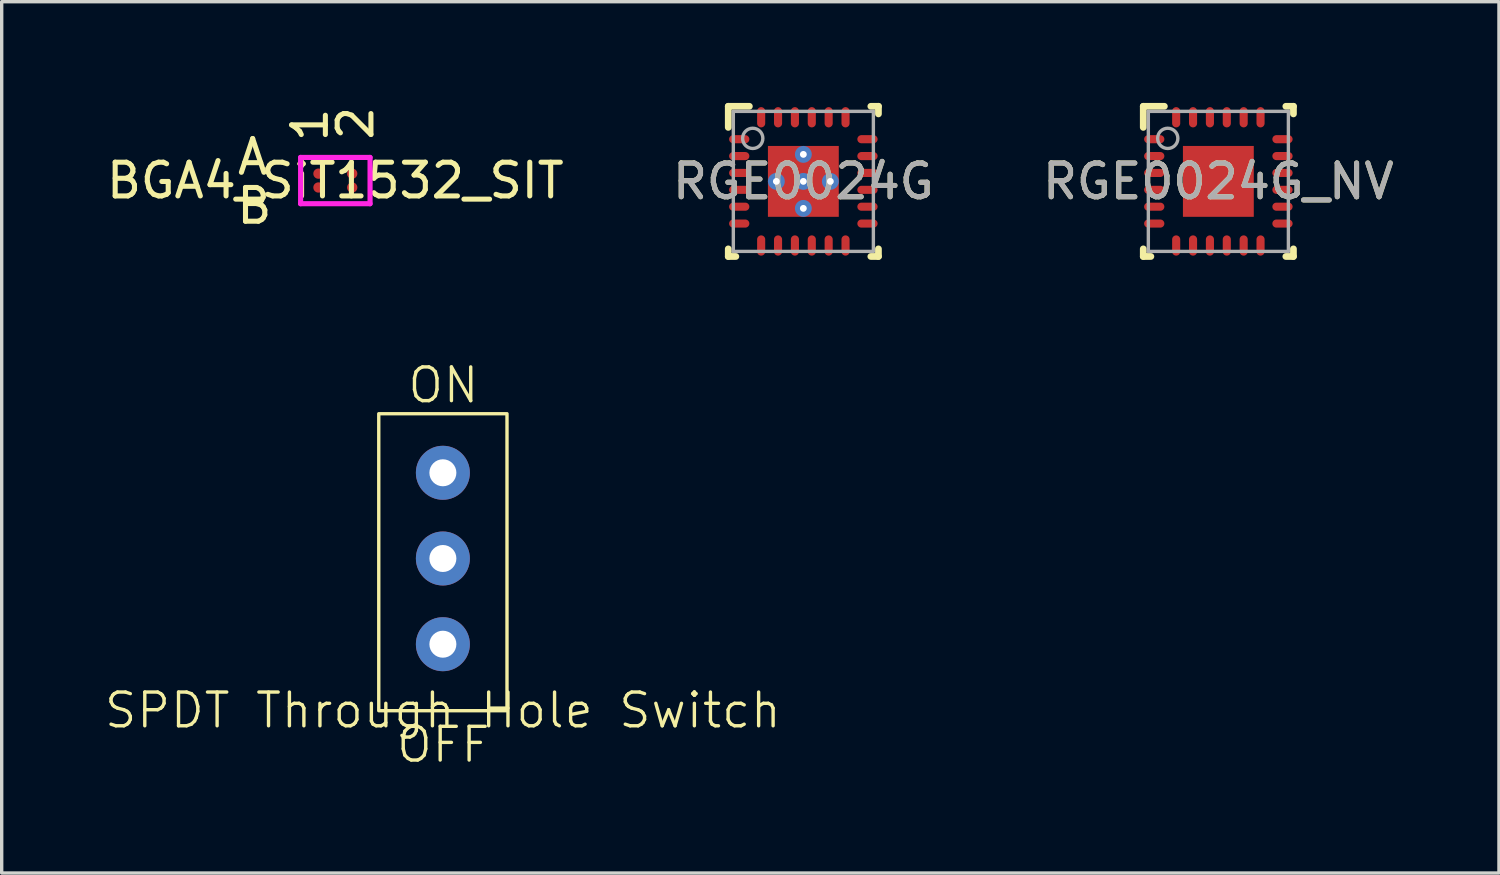
<source format=kicad_pcb>
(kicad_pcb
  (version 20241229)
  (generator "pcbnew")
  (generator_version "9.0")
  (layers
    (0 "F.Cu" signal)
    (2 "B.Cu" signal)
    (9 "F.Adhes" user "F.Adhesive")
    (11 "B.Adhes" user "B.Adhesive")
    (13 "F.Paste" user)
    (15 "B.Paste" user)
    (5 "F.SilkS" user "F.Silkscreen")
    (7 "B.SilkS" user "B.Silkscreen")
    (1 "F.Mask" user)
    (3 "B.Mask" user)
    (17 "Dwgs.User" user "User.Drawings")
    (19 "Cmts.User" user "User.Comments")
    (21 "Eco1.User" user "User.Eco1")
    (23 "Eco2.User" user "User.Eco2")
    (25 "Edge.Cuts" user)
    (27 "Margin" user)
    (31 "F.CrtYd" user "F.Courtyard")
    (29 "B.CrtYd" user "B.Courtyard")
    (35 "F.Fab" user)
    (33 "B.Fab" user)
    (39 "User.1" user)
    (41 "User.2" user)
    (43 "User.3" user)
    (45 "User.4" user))
  (footprint "RGE0024G"
    (layer "F.Cu")
    (at 20.756 2.325)
    (property "Reference" "RGE0024G" (at 0 0 0) (unlocked yes) (layer "F.SilkS") (effects (font (size 1 1) (thickness 0.15))))
    (attr smd)
    (fp_line (start -2.225 -2.225) (end -1.6 -2.225) (stroke (width 0.2) (type solid)) (layer "F.SilkS"))
    (fp_line (start -2.225 -1.6) (end -2.225 -2.225) (stroke (width 0.2) (type solid)) (layer "F.SilkS"))
    (fp_line (start -2.225 2.225) (end -2.225 2) (stroke (width 0.2) (type solid)) (layer "F.SilkS"))
    (fp_line (start -2.225 2.225) (end -2 2.225) (stroke (width 0.2) (type solid)) (layer "F.SilkS"))
    (fp_line (start 2 -2.225) (end 2.225 -2.225) (stroke (width 0.2) (type solid)) (layer "F.SilkS"))
    (fp_line (start 2 2.225) (end 2.225 2.225) (stroke (width 0.2) (type solid)) (layer "F.SilkS"))
    (fp_line (start 2.225 -2) (end 2.225 -2.225) (stroke (width 0.2) (type solid)) (layer "F.SilkS"))
    (fp_line (start 2.225 2.225) (end 2.225 2) (stroke (width 0.2) (type solid)) (layer "F.SilkS"))
    (fp_poly (pts (xy -0.1 -1.039) (xy -1.039 -1.039) (xy -1.039 -0.1) (xy -0.1 -0.1)) (stroke (width 0) (type solid)) (fill yes) (layer "F.Paste"))
    (fp_poly (pts (xy -0.1 0.1) (xy -1.039 0.1) (xy -1.039 1.039) (xy -0.1 1.039)) (stroke (width 0) (type solid)) (fill yes) (layer "F.Paste"))
    (fp_poly (pts (xy 0.1 -0.1) (xy 1.039 -0.1) (xy 1.039 -1.039) (xy 0.1 -1.039)) (stroke (width 0) (type solid)) (fill yes) (layer "F.Paste"))
    (fp_poly (pts (xy 0.1 1.039) (xy 1.039 1.039) (xy 1.039 0.1) (xy 0.1 0.1)) (stroke (width 0) (type solid)) (fill yes) (layer "F.Paste"))
    (fp_line (start -2.075 -2.075) (end 2.075 -2.075) (stroke (width 0.1) (type solid)) (layer "F.Fab"))
    (fp_line (start -2.075 2.075) (end -2.075 -2.075) (stroke (width 0.1) (type solid)) (layer "F.Fab"))
    (fp_line (start -2.075 2.075) (end 2.075 2.075) (stroke (width 0.1) (type solid)) (layer "F.Fab"))
    (fp_line (start 2.075 2.075) (end 2.075 -2.075) (stroke (width 0.1) (type solid)) (layer "F.Fab"))
    (fp_circle (center -1.5 -1.275) (end -1.2 -1.275) (stroke (width 0.1) (type solid)) (fill no) (layer "F.Fab"))
    (fp_text user "${REFERENCE}" (at 0 0 0) (unlocked yes) (layer "F.Fab") (effects (font (size 1 1) (thickness 0.15))))
    (pad "1" smd oval (at -1.9 -1.25 90) (size 0.24 0.6) (layers "F.Cu" "F.Mask" "F.Paste"))
    (pad "2" smd oval (at -1.9 -0.75 90) (size 0.24 0.6) (layers "F.Cu" "F.Mask" "F.Paste"))
    (pad "3" smd oval (at -1.9 -0.25 90) (size 0.24 0.6) (layers "F.Cu" "F.Mask" "F.Paste"))
    (pad "4" smd oval (at -1.9 0.25 90) (size 0.24 0.6) (layers "F.Cu" "F.Mask" "F.Paste"))
    (pad "5" smd oval (at -1.9 0.75 90) (size 0.24 0.6) (layers "F.Cu" "F.Mask" "F.Paste"))
    (pad "6" smd oval (at -1.9 1.25 90) (size 0.24 0.6) (layers "F.Cu" "F.Mask" "F.Paste"))
    (pad "7" smd oval (at -1.25 1.9) (size 0.24 0.6) (layers "F.Cu" "F.Mask" "F.Paste"))
    (pad "8" smd oval (at -0.75 1.9) (size 0.24 0.6) (layers "F.Cu" "F.Mask" "F.Paste"))
    (pad "9" smd oval (at -0.25 1.9) (size 0.24 0.6) (layers "F.Cu" "F.Mask" "F.Paste"))
    (pad "10" smd oval (at 0.25 1.9) (size 0.24 0.6) (layers "F.Cu" "F.Mask" "F.Paste"))
    (pad "11" smd oval (at 0.75 1.9) (size 0.24 0.6) (layers "F.Cu" "F.Mask" "F.Paste"))
    (pad "12" smd oval (at 1.25 1.9) (size 0.24 0.6) (layers "F.Cu" "F.Mask" "F.Paste"))
    (pad "13" smd oval (at 1.9 1.25 90) (size 0.24 0.6) (layers "F.Cu" "F.Mask" "F.Paste"))
    (pad "14" smd oval (at 1.9 0.75 90) (size 0.24 0.6) (layers "F.Cu" "F.Mask" "F.Paste"))
    (pad "15" smd oval (at 1.9 0.25 90) (size 0.24 0.6) (layers "F.Cu" "F.Mask" "F.Paste"))
    (pad "16" smd oval (at 1.9 -0.25 90) (size 0.24 0.6) (layers "F.Cu" "F.Mask" "F.Paste"))
    (pad "17" smd oval (at 1.9 -0.75 90) (size 0.24 0.6) (layers "F.Cu" "F.Mask" "F.Paste"))
    (pad "18" smd oval (at 1.9 -1.25 90) (size 0.24 0.6) (layers "F.Cu" "F.Mask" "F.Paste"))
    (pad "19" smd oval (at 1.25 -1.9) (size 0.24 0.6) (layers "F.Cu" "F.Mask" "F.Paste"))
    (pad "20" smd oval (at 0.75 -1.9) (size 0.24 0.6) (layers "F.Cu" "F.Mask" "F.Paste"))
    (pad "21" smd oval (at 0.25 -1.9) (size 0.24 0.6) (layers "F.Cu" "F.Mask" "F.Paste"))
    (pad "22" smd oval (at -0.25 -1.9) (size 0.24 0.6) (layers "F.Cu" "F.Mask" "F.Paste"))
    (pad "23" smd oval (at -0.75 -1.9) (size 0.24 0.6) (layers "F.Cu" "F.Mask" "F.Paste"))
    (pad "24" smd oval (at -1.25 -1.9) (size 0.24 0.6) (layers "F.Cu" "F.Mask" "F.Paste"))
    (pad "25" smd rect (at 0 0) (size 2.1 2.1) (layers "F.Cu" "F.Mask"))
    (pad "V" thru_hole circle (at -0.8 0) (size 0.5 0.5) (drill 0.203) (layers "*.Cu" "*.Mask"))
    (pad "V" thru_hole circle (at 0 -0.8) (size 0.5 0.5) (drill 0.203) (layers "*.Cu" "*.Mask"))
    (pad "V" thru_hole circle (at 0 0) (size 0.5 0.5) (drill 0.203) (layers "*.Cu" "*.Mask"))
    (pad "V" thru_hole circle (at 0 0.8) (size 0.5 0.5) (drill 0.203) (layers "*.Cu" "*.Mask"))
    (pad "V" thru_hole circle (at 0.8 0) (size 0.5 0.5) (drill 0.203) (layers "*.Cu" "*.Mask")))
  (footprint "RGE0024G_NV"
    (layer "F.Cu")
    (at 33.054 2.325)
    (property "Reference" "RGE0024G_NV" (at 0 0 0) (unlocked yes) (layer "F.SilkS") (effects (font (size 1 1) (thickness 0.15))))
    (attr smd)
    (fp_line (start -2.225 -2.225) (end -1.6 -2.225) (stroke (width 0.2) (type solid)) (layer "F.SilkS"))
    (fp_line (start -2.225 -1.6) (end -2.225 -2.225) (stroke (width 0.2) (type solid)) (layer "F.SilkS"))
    (fp_line (start -2.225 2.225) (end -2.225 2) (stroke (width 0.2) (type solid)) (layer "F.SilkS"))
    (fp_line (start -2.225 2.225) (end -2 2.225) (stroke (width 0.2) (type solid)) (layer "F.SilkS"))
    (fp_line (start 2 -2.225) (end 2.225 -2.225) (stroke (width 0.2) (type solid)) (layer "F.SilkS"))
    (fp_line (start 2 2.225) (end 2.225 2.225) (stroke (width 0.2) (type solid)) (layer "F.SilkS"))
    (fp_line (start 2.225 -2) (end 2.225 -2.225) (stroke (width 0.2) (type solid)) (layer "F.SilkS"))
    (fp_line (start 2.225 2.225) (end 2.225 2) (stroke (width 0.2) (type solid)) (layer "F.SilkS"))
    (fp_poly (pts (xy -0.1 -1.039) (xy -1.039 -1.039) (xy -1.039 -0.1) (xy -0.1 -0.1)) (stroke (width 0) (type solid)) (fill yes) (layer "F.Paste"))
    (fp_poly (pts (xy -0.1 0.1) (xy -1.039 0.1) (xy -1.039 1.039) (xy -0.1 1.039)) (stroke (width 0) (type solid)) (fill yes) (layer "F.Paste"))
    (fp_poly (pts (xy 0.1 -0.1) (xy 1.039 -0.1) (xy 1.039 -1.039) (xy 0.1 -1.039)) (stroke (width 0) (type solid)) (fill yes) (layer "F.Paste"))
    (fp_poly (pts (xy 0.1 1.039) (xy 1.039 1.039) (xy 1.039 0.1) (xy 0.1 0.1)) (stroke (width 0) (type solid)) (fill yes) (layer "F.Paste"))
    (fp_line (start -2.075 -2.075) (end 2.075 -2.075) (stroke (width 0.1) (type solid)) (layer "F.Fab"))
    (fp_line (start -2.075 2.075) (end -2.075 -2.075) (stroke (width 0.1) (type solid)) (layer "F.Fab"))
    (fp_line (start -2.075 2.075) (end 2.075 2.075) (stroke (width 0.1) (type solid)) (layer "F.Fab"))
    (fp_line (start 2.075 2.075) (end 2.075 -2.075) (stroke (width 0.1) (type solid)) (layer "F.Fab"))
    (fp_circle (center -1.5 -1.275) (end -1.2 -1.275) (stroke (width 0.1) (type solid)) (fill no) (layer "F.Fab"))
    (fp_text user "${REFERENCE}" (at 0 0 0) (unlocked yes) (layer "F.Fab") (effects (font (size 1 1) (thickness 0.15))))
    (pad "1" smd oval (at -1.9 -1.25 90) (size 0.24 0.6) (layers "F.Cu" "F.Mask" "F.Paste"))
    (pad "2" smd oval (at -1.9 -0.75 90) (size 0.24 0.6) (layers "F.Cu" "F.Mask" "F.Paste"))
    (pad "3" smd oval (at -1.9 -0.25 90) (size 0.24 0.6) (layers "F.Cu" "F.Mask" "F.Paste"))
    (pad "4" smd oval (at -1.9 0.25 90) (size 0.24 0.6) (layers "F.Cu" "F.Mask" "F.Paste"))
    (pad "5" smd oval (at -1.9 0.75 90) (size 0.24 0.6) (layers "F.Cu" "F.Mask" "F.Paste"))
    (pad "6" smd oval (at -1.9 1.25 90) (size 0.24 0.6) (layers "F.Cu" "F.Mask" "F.Paste"))
    (pad "7" smd oval (at -1.25 1.9) (size 0.24 0.6) (layers "F.Cu" "F.Mask" "F.Paste"))
    (pad "8" smd oval (at -0.75 1.9) (size 0.24 0.6) (layers "F.Cu" "F.Mask" "F.Paste"))
    (pad "9" smd oval (at -0.25 1.9) (size 0.24 0.6) (layers "F.Cu" "F.Mask" "F.Paste"))
    (pad "10" smd oval (at 0.25 1.9) (size 0.24 0.6) (layers "F.Cu" "F.Mask" "F.Paste"))
    (pad "11" smd oval (at 0.75 1.9) (size 0.24 0.6) (layers "F.Cu" "F.Mask" "F.Paste"))
    (pad "12" smd oval (at 1.25 1.9) (size 0.24 0.6) (layers "F.Cu" "F.Mask" "F.Paste"))
    (pad "13" smd oval (at 1.9 1.25 90) (size 0.24 0.6) (layers "F.Cu" "F.Mask" "F.Paste"))
    (pad "14" smd oval (at 1.9 0.75 90) (size 0.24 0.6) (layers "F.Cu" "F.Mask" "F.Paste"))
    (pad "15" smd oval (at 1.9 0.25 90) (size 0.24 0.6) (layers "F.Cu" "F.Mask" "F.Paste"))
    (pad "16" smd oval (at 1.9 -0.25 90) (size 0.24 0.6) (layers "F.Cu" "F.Mask" "F.Paste"))
    (pad "17" smd oval (at 1.9 -0.75 90) (size 0.24 0.6) (layers "F.Cu" "F.Mask" "F.Paste"))
    (pad "18" smd oval (at 1.9 -1.25 90) (size 0.24 0.6) (layers "F.Cu" "F.Mask" "F.Paste"))
    (pad "19" smd oval (at 1.25 -1.9) (size 0.24 0.6) (layers "F.Cu" "F.Mask" "F.Paste"))
    (pad "20" smd oval (at 0.75 -1.9) (size 0.24 0.6) (layers "F.Cu" "F.Mask" "F.Paste"))
    (pad "21" smd oval (at 0.25 -1.9) (size 0.24 0.6) (layers "F.Cu" "F.Mask" "F.Paste"))
    (pad "22" smd oval (at -0.25 -1.9) (size 0.24 0.6) (layers "F.Cu" "F.Mask" "F.Paste"))
    (pad "23" smd oval (at -0.75 -1.9) (size 0.24 0.6) (layers "F.Cu" "F.Mask" "F.Paste"))
    (pad "24" smd oval (at -1.25 -1.9) (size 0.24 0.6) (layers "F.Cu" "F.Mask" "F.Paste"))
    (pad "25" smd rect (at 0 0) (size 2.1 2.1) (layers "F.Cu" "F.Mask")))
  (footprint "BGA4_SiT1532_SIT"
    (layer "F.Cu")
    (at 6.887 2.301)
    (property "Reference" "BGA4_SiT1532_SIT" (at 0 0 0) (unlocked yes) (layer "F.SilkS") (effects (font (size 1 1) (thickness 0.15))))
    (attr smd)
    (fp_poly (pts (xy -1.508 -0.918) (xy 1.508 -0.918) (xy 1.508 0.918) (xy -1.508 0.918)) (stroke (width 0.1) (type solid)) (fill no) (layer "Eco2.User"))
    (fp_line (start -1.029 -0.686) (end 1.029 -0.686) (stroke (width 0.152) (type solid)) (layer "F.CrtYd"))
    (fp_line (start -1.029 0.686) (end -1.029 -0.686) (stroke (width 0.152) (type solid)) (layer "F.CrtYd"))
    (fp_line (start 1.029 -0.686) (end 1.029 0.686) (stroke (width 0.152) (type solid)) (layer "F.CrtYd"))
    (fp_line (start 1.029 0.686) (end -1.029 0.686) (stroke (width 0.152) (type solid)) (layer "F.CrtYd"))
    (fp_text user "2" (at 0.6 -1.7 90) (unlocked yes) (layer "F.SilkS") (effects (font (size 1 1) (thickness 0.15))))
    (fp_text user "1" (at -0.75 -1.65 90) (unlocked yes) (layer "F.SilkS") (effects (font (size 1 1) (thickness 0.15))))
    (fp_text user "B" (at -2.4 0.75 0) (unlocked yes) (layer "F.SilkS") (effects (font (size 1 1) (thickness 0.15))))
    (fp_text user "A" (at -2.45 -0.7 0) (unlocked yes) (layer "F.SilkS") (effects (font (size 1 1) (thickness 0.15))))
    (pad "A1" smd circle (at -0.5 -0.205) (size 0.305 0.305) (layers "F.Cu" "F.Mask" "F.Paste"))
    (pad "A2" smd circle (at 0.5 -0.205) (size 0.305 0.305) (layers "F.Cu" "F.Mask" "F.Paste"))
    (pad "B1" smd circle (at -0.5 0.205) (size 0.305 0.305) (layers "F.Cu" "F.Mask" "F.Paste"))
    (pad "B2" smd circle (at 0.5 0.205) (size 0.305 0.305) (layers "F.Cu" "F.Mask" "F.Paste")))
  (footprint "SPDT Through Hole Switch"
    (layer "F.Cu")
    (at 7.534 18.5)
    (property "Reference" "SPDT Through Hole Switch" (at 2.54 -0.5 0) (unlocked yes) (layer "F.SilkS") (effects (font (size 1 1) (thickness 0.1))))
    (attr through_hole)
    (fp_rect (start 0.64 -9.29) (end 4.44 -0.49) (stroke (width 0.1) (type default)) (fill no) (layer "F.SilkS"))
    (fp_text user "OFF" (at 1.109 1.1 0) (unlocked yes) (layer "F.SilkS") (effects (font (size 1 1) (thickness 0.1)) (justify left bottom)))
    (fp_text user "ON" (at 1.442 -9.55 0) (unlocked yes) (layer "F.SilkS") (effects (font (size 1 1) (thickness 0.1)) (justify left bottom)))
    (pad "1" thru_hole circle (at 2.54 -7.54 270) (size 1.6 1.6) (drill 0.8) (layers "*.Cu" "*.Mask"))
    (pad "2" thru_hole circle (at 2.54 -5 270) (size 1.6 1.6) (drill 0.8) (layers "*.Cu" "*.Mask"))
    (pad "3" thru_hole circle (at 2.54 -2.46 270) (size 1.6 1.6) (drill 0.8) (layers "*.Cu" "*.Mask")))
  (gr_rect
    (start -3 -3)
    (end 41.369 22.821)
    (stroke (width 0.1) (type default))
    (fill no)
    (layer "Edge.Cuts")))
</source>
